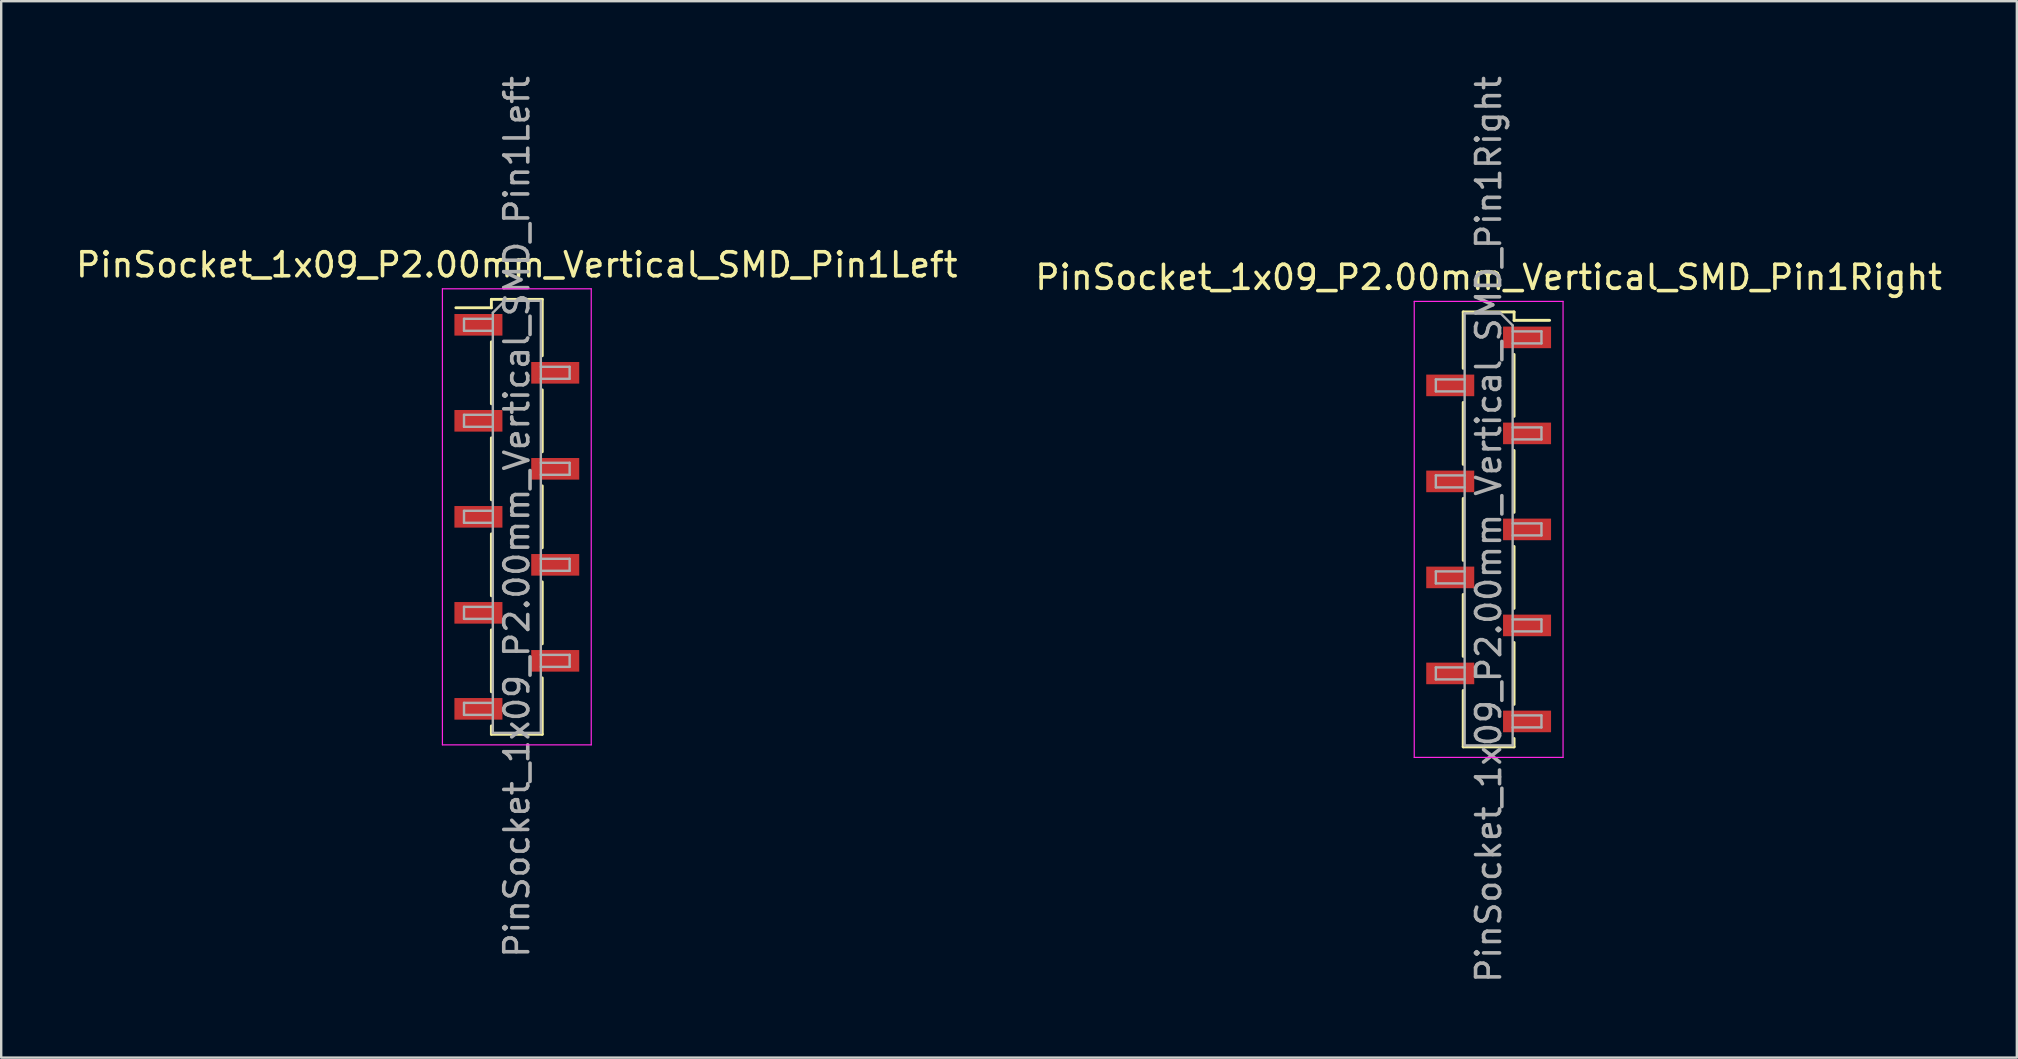
<source format=kicad_pcb>
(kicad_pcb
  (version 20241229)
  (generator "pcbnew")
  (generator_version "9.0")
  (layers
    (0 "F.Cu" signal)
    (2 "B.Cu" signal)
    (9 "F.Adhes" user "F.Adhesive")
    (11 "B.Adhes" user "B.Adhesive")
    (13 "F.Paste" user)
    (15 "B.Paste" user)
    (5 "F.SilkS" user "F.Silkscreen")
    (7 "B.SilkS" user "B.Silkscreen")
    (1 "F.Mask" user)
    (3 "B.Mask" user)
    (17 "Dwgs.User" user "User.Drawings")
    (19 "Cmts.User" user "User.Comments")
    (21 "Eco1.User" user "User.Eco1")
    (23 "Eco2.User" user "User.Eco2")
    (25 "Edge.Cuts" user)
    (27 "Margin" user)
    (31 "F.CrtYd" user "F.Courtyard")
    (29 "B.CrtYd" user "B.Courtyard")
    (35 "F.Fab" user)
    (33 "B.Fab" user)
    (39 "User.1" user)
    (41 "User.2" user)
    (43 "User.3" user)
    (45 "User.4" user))
  (footprint "PinSocket_1x09_P2.00mm_Vertical_SMD_Pin1Right"
    (layer "F.Cu")
    (at 58.97 19.006)
    (property "Reference" "PinSocket_1x09_P2.00mm_Vertical_SMD_Pin1Right" (at 0 -10.5 0) (layer "F.SilkS") (effects (font (size 1 1) (thickness 0.15))))
    (attr smd)
    (fp_line (start -1.06 -9.06) (end -1.06 -6.71) (stroke (width 0.12) (type solid)) (layer "F.SilkS"))
    (fp_line (start -1.06 -9.06) (end 1.06 -9.06) (stroke (width 0.12) (type solid)) (layer "F.SilkS"))
    (fp_line (start -1.06 -5.29) (end -1.06 -2.71) (stroke (width 0.12) (type solid)) (layer "F.SilkS"))
    (fp_line (start -1.06 -1.29) (end -1.06 1.29) (stroke (width 0.12) (type solid)) (layer "F.SilkS"))
    (fp_line (start -1.06 2.71) (end -1.06 5.29) (stroke (width 0.12) (type solid)) (layer "F.SilkS"))
    (fp_line (start -1.06 6.71) (end -1.06 9.06) (stroke (width 0.12) (type solid)) (layer "F.SilkS"))
    (fp_line (start -1.06 9.06) (end 1.06 9.06) (stroke (width 0.12) (type solid)) (layer "F.SilkS"))
    (fp_line (start 1.06 -9.06) (end 1.06 -8.71) (stroke (width 0.12) (type solid)) (layer "F.SilkS"))
    (fp_line (start 1.06 -8.71) (end 2.54 -8.71) (stroke (width 0.12) (type solid)) (layer "F.SilkS"))
    (fp_line (start 1.06 -7.29) (end 1.06 -4.71) (stroke (width 0.12) (type solid)) (layer "F.SilkS"))
    (fp_line (start 1.06 -3.29) (end 1.06 -0.71) (stroke (width 0.12) (type solid)) (layer "F.SilkS"))
    (fp_line (start 1.06 0.71) (end 1.06 3.29) (stroke (width 0.12) (type solid)) (layer "F.SilkS"))
    (fp_line (start 1.06 4.71) (end 1.06 7.29) (stroke (width 0.12) (type solid)) (layer "F.SilkS"))
    (fp_line (start 1.06 8.71) (end 1.06 9.06) (stroke (width 0.12) (type solid)) (layer "F.SilkS"))
    (fp_line (start -3.1 -9.5) (end 3.1 -9.5) (stroke (width 0.05) (type solid)) (layer "F.CrtYd"))
    (fp_line (start -3.1 9.5) (end -3.1 -9.5) (stroke (width 0.05) (type solid)) (layer "F.CrtYd"))
    (fp_line (start 3.1 -9.5) (end 3.1 9.5) (stroke (width 0.05) (type solid)) (layer "F.CrtYd"))
    (fp_line (start 3.1 9.5) (end -3.1 9.5) (stroke (width 0.05) (type solid)) (layer "F.CrtYd"))
    (fp_line (start -2.2 -6.25) (end -1 -6.25) (stroke (width 0.1) (type solid)) (layer "F.Fab"))
    (fp_line (start -2.2 -5.75) (end -2.2 -6.25) (stroke (width 0.1) (type solid)) (layer "F.Fab"))
    (fp_line (start -2.2 -2.25) (end -1 -2.25) (stroke (width 0.1) (type solid)) (layer "F.Fab"))
    (fp_line (start -2.2 -1.75) (end -2.2 -2.25) (stroke (width 0.1) (type solid)) (layer "F.Fab"))
    (fp_line (start -2.2 1.75) (end -1 1.75) (stroke (width 0.1) (type solid)) (layer "F.Fab"))
    (fp_line (start -2.2 2.25) (end -2.2 1.75) (stroke (width 0.1) (type solid)) (layer "F.Fab"))
    (fp_line (start -2.2 5.75) (end -1 5.75) (stroke (width 0.1) (type solid)) (layer "F.Fab"))
    (fp_line (start -2.2 6.25) (end -2.2 5.75) (stroke (width 0.1) (type solid)) (layer "F.Fab"))
    (fp_line (start -1 -9) (end 0.5 -9) (stroke (width 0.1) (type solid)) (layer "F.Fab"))
    (fp_line (start -1 -5.75) (end -2.2 -5.75) (stroke (width 0.1) (type solid)) (layer "F.Fab"))
    (fp_line (start -1 -1.75) (end -2.2 -1.75) (stroke (width 0.1) (type solid)) (layer "F.Fab"))
    (fp_line (start -1 2.25) (end -2.2 2.25) (stroke (width 0.1) (type solid)) (layer "F.Fab"))
    (fp_line (start -1 6.25) (end -2.2 6.25) (stroke (width 0.1) (type solid)) (layer "F.Fab"))
    (fp_line (start -1 9) (end -1 -9) (stroke (width 0.1) (type solid)) (layer "F.Fab"))
    (fp_line (start 0.5 -9) (end 1 -8.5) (stroke (width 0.1) (type solid)) (layer "F.Fab"))
    (fp_line (start 1 -8.5) (end 1 9) (stroke (width 0.1) (type solid)) (layer "F.Fab"))
    (fp_line (start 1 -8.25) (end 2.2 -8.25) (stroke (width 0.1) (type solid)) (layer "F.Fab"))
    (fp_line (start 1 -4.25) (end 2.2 -4.25) (stroke (width 0.1) (type solid)) (layer "F.Fab"))
    (fp_line (start 1 -0.25) (end 2.2 -0.25) (stroke (width 0.1) (type solid)) (layer "F.Fab"))
    (fp_line (start 1 3.75) (end 2.2 3.75) (stroke (width 0.1) (type solid)) (layer "F.Fab"))
    (fp_line (start 1 7.75) (end 2.2 7.75) (stroke (width 0.1) (type solid)) (layer "F.Fab"))
    (fp_line (start 1 9) (end -1 9) (stroke (width 0.1) (type solid)) (layer "F.Fab"))
    (fp_line (start 2.2 -8.25) (end 2.2 -7.75) (stroke (width 0.1) (type solid)) (layer "F.Fab"))
    (fp_line (start 2.2 -7.75) (end 1 -7.75) (stroke (width 0.1) (type solid)) (layer "F.Fab"))
    (fp_line (start 2.2 -4.25) (end 2.2 -3.75) (stroke (width 0.1) (type solid)) (layer "F.Fab"))
    (fp_line (start 2.2 -3.75) (end 1 -3.75) (stroke (width 0.1) (type solid)) (layer "F.Fab"))
    (fp_line (start 2.2 -0.25) (end 2.2 0.25) (stroke (width 0.1) (type solid)) (layer "F.Fab"))
    (fp_line (start 2.2 0.25) (end 1 0.25) (stroke (width 0.1) (type solid)) (layer "F.Fab"))
    (fp_line (start 2.2 3.75) (end 2.2 4.25) (stroke (width 0.1) (type solid)) (layer "F.Fab"))
    (fp_line (start 2.2 4.25) (end 1 4.25) (stroke (width 0.1) (type solid)) (layer "F.Fab"))
    (fp_line (start 2.2 7.75) (end 2.2 8.25) (stroke (width 0.1) (type solid)) (layer "F.Fab"))
    (fp_line (start 2.2 8.25) (end 1 8.25) (stroke (width 0.1) (type solid)) (layer "F.Fab"))
    (fp_text user "${REFERENCE}" (at 0 0 90) (layer "F.Fab") (effects (font (size 1 1) (thickness 0.15))))
    (pad "1" smd rect (at 1.6 -8) (size 2 0.9) (layers "F.Cu" "F.Mask" "F.Paste"))
    (pad "2" smd rect (at -1.6 -6) (size 2 0.9) (layers "F.Cu" "F.Mask" "F.Paste"))
    (pad "3" smd rect (at 1.6 -4) (size 2 0.9) (layers "F.Cu" "F.Mask" "F.Paste"))
    (pad "4" smd rect (at -1.6 -2) (size 2 0.9) (layers "F.Cu" "F.Mask" "F.Paste"))
    (pad "5" smd rect (at 1.6 0) (size 2 0.9) (layers "F.Cu" "F.Mask" "F.Paste"))
    (pad "6" smd rect (at -1.6 2) (size 2 0.9) (layers "F.Cu" "F.Mask" "F.Paste"))
    (pad "7" smd rect (at 1.6 4) (size 2 0.9) (layers "F.Cu" "F.Mask" "F.Paste"))
    (pad "8" smd rect (at -1.6 6) (size 2 0.9) (layers "F.Cu" "F.Mask" "F.Paste"))
    (pad "9" smd rect (at 1.6 8) (size 2 0.9) (layers "F.Cu" "F.Mask" "F.Paste")))
  (footprint "PinSocket_1x09_P2.00mm_Vertical_SMD_Pin1Left"
    (layer "F.Cu")
    (at 18.482 18.482)
    (property "Reference" "PinSocket_1x09_P2.00mm_Vertical_SMD_Pin1Left" (at 0 -10.5 0) (layer "F.SilkS") (effects (font (size 1 1) (thickness 0.15))))
    (attr smd)
    (fp_line (start -2.54 -8.71) (end -1.06 -8.71) (stroke (width 0.12) (type solid)) (layer "F.SilkS"))
    (fp_line (start -1.06 -9.06) (end -1.06 -8.71) (stroke (width 0.12) (type solid)) (layer "F.SilkS"))
    (fp_line (start -1.06 -9.06) (end 1.06 -9.06) (stroke (width 0.12) (type solid)) (layer "F.SilkS"))
    (fp_line (start -1.06 -7.29) (end -1.06 -4.71) (stroke (width 0.12) (type solid)) (layer "F.SilkS"))
    (fp_line (start -1.06 -3.29) (end -1.06 -0.71) (stroke (width 0.12) (type solid)) (layer "F.SilkS"))
    (fp_line (start -1.06 0.71) (end -1.06 3.29) (stroke (width 0.12) (type solid)) (layer "F.SilkS"))
    (fp_line (start -1.06 4.71) (end -1.06 7.29) (stroke (width 0.12) (type solid)) (layer "F.SilkS"))
    (fp_line (start -1.06 8.71) (end -1.06 9.06) (stroke (width 0.12) (type solid)) (layer "F.SilkS"))
    (fp_line (start -1.06 9.06) (end 1.06 9.06) (stroke (width 0.12) (type solid)) (layer "F.SilkS"))
    (fp_line (start 1.06 -9.06) (end 1.06 -6.71) (stroke (width 0.12) (type solid)) (layer "F.SilkS"))
    (fp_line (start 1.06 -5.29) (end 1.06 -2.71) (stroke (width 0.12) (type solid)) (layer "F.SilkS"))
    (fp_line (start 1.06 -1.29) (end 1.06 1.29) (stroke (width 0.12) (type solid)) (layer "F.SilkS"))
    (fp_line (start 1.06 2.71) (end 1.06 5.29) (stroke (width 0.12) (type solid)) (layer "F.SilkS"))
    (fp_line (start 1.06 6.71) (end 1.06 9.06) (stroke (width 0.12) (type solid)) (layer "F.SilkS"))
    (fp_line (start -3.1 -9.5) (end 3.1 -9.5) (stroke (width 0.05) (type solid)) (layer "F.CrtYd"))
    (fp_line (start -3.1 9.5) (end -3.1 -9.5) (stroke (width 0.05) (type solid)) (layer "F.CrtYd"))
    (fp_line (start 3.1 -9.5) (end 3.1 9.5) (stroke (width 0.05) (type solid)) (layer "F.CrtYd"))
    (fp_line (start 3.1 9.5) (end -3.1 9.5) (stroke (width 0.05) (type solid)) (layer "F.CrtYd"))
    (fp_line (start -2.2 -8.25) (end -1 -8.25) (stroke (width 0.1) (type solid)) (layer "F.Fab"))
    (fp_line (start -2.2 -7.75) (end -2.2 -8.25) (stroke (width 0.1) (type solid)) (layer "F.Fab"))
    (fp_line (start -2.2 -4.25) (end -1 -4.25) (stroke (width 0.1) (type solid)) (layer "F.Fab"))
    (fp_line (start -2.2 -3.75) (end -2.2 -4.25) (stroke (width 0.1) (type solid)) (layer "F.Fab"))
    (fp_line (start -2.2 -0.25) (end -1 -0.25) (stroke (width 0.1) (type solid)) (layer "F.Fab"))
    (fp_line (start -2.2 0.25) (end -2.2 -0.25) (stroke (width 0.1) (type solid)) (layer "F.Fab"))
    (fp_line (start -2.2 3.75) (end -1 3.75) (stroke (width 0.1) (type solid)) (layer "F.Fab"))
    (fp_line (start -2.2 4.25) (end -2.2 3.75) (stroke (width 0.1) (type solid)) (layer "F.Fab"))
    (fp_line (start -2.2 7.75) (end -1 7.75) (stroke (width 0.1) (type solid)) (layer "F.Fab"))
    (fp_line (start -2.2 8.25) (end -2.2 7.75) (stroke (width 0.1) (type solid)) (layer "F.Fab"))
    (fp_line (start -1 -8.5) (end -0.5 -9) (stroke (width 0.1) (type solid)) (layer "F.Fab"))
    (fp_line (start -1 -7.75) (end -2.2 -7.75) (stroke (width 0.1) (type solid)) (layer "F.Fab"))
    (fp_line (start -1 -3.75) (end -2.2 -3.75) (stroke (width 0.1) (type solid)) (layer "F.Fab"))
    (fp_line (start -1 0.25) (end -2.2 0.25) (stroke (width 0.1) (type solid)) (layer "F.Fab"))
    (fp_line (start -1 4.25) (end -2.2 4.25) (stroke (width 0.1) (type solid)) (layer "F.Fab"))
    (fp_line (start -1 8.25) (end -2.2 8.25) (stroke (width 0.1) (type solid)) (layer "F.Fab"))
    (fp_line (start -1 9) (end -1 -8.5) (stroke (width 0.1) (type solid)) (layer "F.Fab"))
    (fp_line (start -0.5 -9) (end 1 -9) (stroke (width 0.1) (type solid)) (layer "F.Fab"))
    (fp_line (start 1 -9) (end 1 9) (stroke (width 0.1) (type solid)) (layer "F.Fab"))
    (fp_line (start 1 -6.25) (end 2.2 -6.25) (stroke (width 0.1) (type solid)) (layer "F.Fab"))
    (fp_line (start 1 -2.25) (end 2.2 -2.25) (stroke (width 0.1) (type solid)) (layer "F.Fab"))
    (fp_line (start 1 1.75) (end 2.2 1.75) (stroke (width 0.1) (type solid)) (layer "F.Fab"))
    (fp_line (start 1 5.75) (end 2.2 5.75) (stroke (width 0.1) (type solid)) (layer "F.Fab"))
    (fp_line (start 1 9) (end -1 9) (stroke (width 0.1) (type solid)) (layer "F.Fab"))
    (fp_line (start 2.2 -6.25) (end 2.2 -5.75) (stroke (width 0.1) (type solid)) (layer "F.Fab"))
    (fp_line (start 2.2 -5.75) (end 1 -5.75) (stroke (width 0.1) (type solid)) (layer "F.Fab"))
    (fp_line (start 2.2 -2.25) (end 2.2 -1.75) (stroke (width 0.1) (type solid)) (layer "F.Fab"))
    (fp_line (start 2.2 -1.75) (end 1 -1.75) (stroke (width 0.1) (type solid)) (layer "F.Fab"))
    (fp_line (start 2.2 1.75) (end 2.2 2.25) (stroke (width 0.1) (type solid)) (layer "F.Fab"))
    (fp_line (start 2.2 2.25) (end 1 2.25) (stroke (width 0.1) (type solid)) (layer "F.Fab"))
    (fp_line (start 2.2 5.75) (end 2.2 6.25) (stroke (width 0.1) (type solid)) (layer "F.Fab"))
    (fp_line (start 2.2 6.25) (end 1 6.25) (stroke (width 0.1) (type solid)) (layer "F.Fab"))
    (fp_text user "${REFERENCE}" (at 0 0 90) (layer "F.Fab") (effects (font (size 1 1) (thickness 0.15))))
    (pad "1" smd rect (at -1.6 -8) (size 2 0.9) (layers "F.Cu" "F.Mask" "F.Paste"))
    (pad "2" smd rect (at 1.6 -6) (size 2 0.9) (layers "F.Cu" "F.Mask" "F.Paste"))
    (pad "3" smd rect (at -1.6 -4) (size 2 0.9) (layers "F.Cu" "F.Mask" "F.Paste"))
    (pad "4" smd rect (at 1.6 -2) (size 2 0.9) (layers "F.Cu" "F.Mask" "F.Paste"))
    (pad "5" smd rect (at -1.6 0) (size 2 0.9) (layers "F.Cu" "F.Mask" "F.Paste"))
    (pad "6" smd rect (at 1.6 2) (size 2 0.9) (layers "F.Cu" "F.Mask" "F.Paste"))
    (pad "7" smd rect (at -1.6 4) (size 2 0.9) (layers "F.Cu" "F.Mask" "F.Paste"))
    (pad "8" smd rect (at 1.6 6) (size 2 0.9) (layers "F.Cu" "F.Mask" "F.Paste"))
    (pad "9" smd rect (at -1.6 8) (size 2 0.9) (layers "F.Cu" "F.Mask" "F.Paste")))
  (gr_rect
    (start -3 -3)
    (end 80.976 41.012)
    (stroke (width 0.1) (type default))
    (fill no)
    (layer "Edge.Cuts")))
</source>
